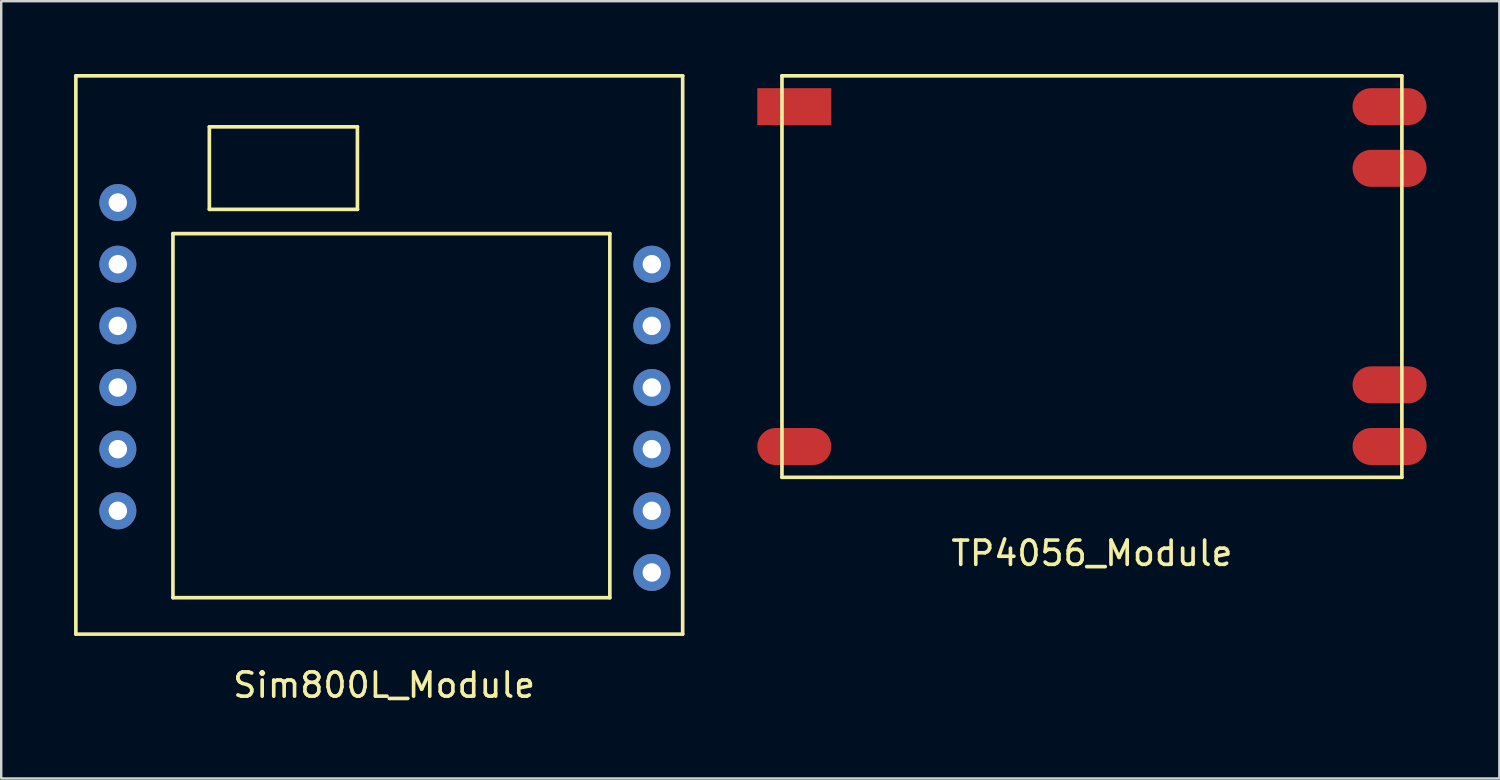
<source format=kicad_pcb>
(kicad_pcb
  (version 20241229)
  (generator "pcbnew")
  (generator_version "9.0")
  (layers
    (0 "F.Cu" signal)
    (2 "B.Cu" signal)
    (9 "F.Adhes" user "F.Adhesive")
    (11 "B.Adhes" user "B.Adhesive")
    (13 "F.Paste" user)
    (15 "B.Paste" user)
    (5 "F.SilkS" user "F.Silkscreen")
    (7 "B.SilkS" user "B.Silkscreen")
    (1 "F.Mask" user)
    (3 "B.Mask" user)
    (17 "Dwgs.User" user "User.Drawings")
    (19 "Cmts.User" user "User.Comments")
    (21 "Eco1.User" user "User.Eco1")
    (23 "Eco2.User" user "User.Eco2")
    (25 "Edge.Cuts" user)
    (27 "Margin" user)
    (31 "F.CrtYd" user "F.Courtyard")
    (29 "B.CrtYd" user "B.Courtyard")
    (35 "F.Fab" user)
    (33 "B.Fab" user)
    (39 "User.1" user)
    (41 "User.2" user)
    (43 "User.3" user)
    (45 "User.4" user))
  (footprint "Sim800L_Module"
    (layer "F.Cu")
    (at 12.575 11.575)
    (property "Reference" "Sim800L_Module" (at 0.2 13.6 0) (layer "F.SilkS") (effects (font (size 1 1) (thickness 0.15))))
    (attr through_hole)
    (fp_line (start -12.5 -11.5) (end -12.5 11.5) (stroke (width 0.15) (type solid)) (layer "F.SilkS"))
    (fp_line (start -12.5 -11.5) (end 12.5 -11.5) (stroke (width 0.15) (type solid)) (layer "F.SilkS"))
    (fp_line (start -12.5 11.5) (end 12.5 11.5) (stroke (width 0.15) (type solid)) (layer "F.SilkS"))
    (fp_line (start -8.5 -5) (end 9.5 -5) (stroke (width 0.15) (type solid)) (layer "F.SilkS"))
    (fp_line (start -8.5 10) (end -8.5 -5) (stroke (width 0.15) (type solid)) (layer "F.SilkS"))
    (fp_line (start -7 -9.4) (end -7 -6) (stroke (width 0.15) (type solid)) (layer "F.SilkS"))
    (fp_line (start -7 -6) (end -0.9 -6) (stroke (width 0.15) (type solid)) (layer "F.SilkS"))
    (fp_line (start -0.9 -9.4) (end -7 -9.4) (stroke (width 0.15) (type solid)) (layer "F.SilkS"))
    (fp_line (start -0.9 -6) (end -0.9 -9.4) (stroke (width 0.15) (type solid)) (layer "F.SilkS"))
    (fp_line (start 9.5 -5) (end 9.5 10) (stroke (width 0.15) (type solid)) (layer "F.SilkS"))
    (fp_line (start 9.5 10) (end -8.5 10) (stroke (width 0.15) (type solid)) (layer "F.SilkS"))
    (fp_line (start 12.5 -11.5) (end 12.5 11.5) (stroke (width 0.15) (type solid)) (layer "F.SilkS"))
    (fp_text user "SIM800L" (at 4.6 -2.4 0) (layer "Eco1.User") (effects (font (size 1 1) (thickness 0.15))))
    (pad "1" thru_hole circle (at -10.77 -6.28) (size 1.524 1.524) (drill 0.762) (layers "*.Cu" "*.Mask"))
    (pad "2" thru_hole circle (at -10.77 -3.74) (size 1.524 1.524) (drill 0.762) (layers "*.Cu" "*.Mask"))
    (pad "3" thru_hole circle (at -10.77 -1.2) (size 1.524 1.524) (drill 0.762) (layers "*.Cu" "*.Mask"))
    (pad "4" thru_hole circle (at -10.77 1.34) (size 1.524 1.524) (drill 0.762) (layers "*.Cu" "*.Mask"))
    (pad "5" thru_hole circle (at -10.77 3.88) (size 1.524 1.524) (drill 0.762) (layers "*.Cu" "*.Mask"))
    (pad "6" thru_hole circle (at -10.77 6.42) (size 1.524 1.524) (drill 0.762) (layers "*.Cu" "*.Mask"))
    (pad "7" thru_hole circle (at 11.23 8.96) (size 1.524 1.524) (drill 0.762) (layers "*.Cu" "*.Mask"))
    (pad "8" thru_hole circle (at 11.23 6.42) (size 1.524 1.524) (drill 0.762) (layers "*.Cu" "*.Mask"))
    (pad "9" thru_hole circle (at 11.23 3.88) (size 1.524 1.524) (drill 0.762) (layers "*.Cu" "*.Mask"))
    (pad "10" thru_hole circle (at 11.23 1.34) (size 1.524 1.524) (drill 0.762) (layers "*.Cu" "*.Mask"))
    (pad "11" thru_hole circle (at 11.23 -1.2) (size 1.524 1.524) (drill 0.762) (layers "*.Cu" "*.Mask"))
    (pad "12" thru_hole circle (at 11.23 -3.74) (size 1.524 1.524) (drill 0.762) (layers "*.Cu" "*.Mask")))
  (footprint "TP4056_Module"
    (layer "F.Cu")
    (at 41.936 8.345)
    (property "Reference" "TP4056_Module" (at 0 11.4 0) (layer "F.SilkS") (effects (font (size 1 1) (thickness 0.15))))
    (attr through_hole)
    (fp_line (start -12.77 -8.27) (end 12.77 -8.27) (stroke (width 0.15) (type solid)) (layer "F.SilkS"))
    (fp_line (start -12.77 8.27) (end -12.77 -8.27) (stroke (width 0.15) (type solid)) (layer "F.SilkS"))
    (fp_line (start 12.77 -8.27) (end 12.77 8.27) (stroke (width 0.15) (type solid)) (layer "F.SilkS"))
    (fp_line (start 12.77 8.27) (end -12.77 8.27) (stroke (width 0.15) (type solid)) (layer "F.SilkS"))
    (pad "1" smd rect (at -11.5 -7) (size 3.048 1.524) (drill (offset -0.762 0)) (layers "F.Cu" "F.Mask" "F.Paste"))
    (pad "2" smd oval (at -11.5 7) (size 3.048 1.524) (drill (offset -0.762 0)) (layers "F.Cu" "F.Mask" "F.Paste"))
    (pad "3" smd oval (at 11.5 7) (size 3.048 1.524) (drill (offset 0.762 0)) (layers "F.Cu" "F.Mask" "F.Paste"))
    (pad "4" smd oval (at 11.5 4.46) (size 3.048 1.524) (drill (offset 0.762 0)) (layers "F.Cu" "F.Mask" "F.Paste"))
    (pad "5" smd oval (at 11.5 -4.46) (size 3.048 1.524) (drill (offset 0.762 0)) (layers "F.Cu" "F.Mask" "F.Paste"))
    (pad "6" smd oval (at 11.5 -7) (size 3.048 1.524) (drill (offset 0.762 0)) (layers "F.Cu" "F.Mask" "F.Paste")))
  (gr_rect
    (start -3 -3)
    (end 58.722 29.023)
    (stroke (width 0.1) (type default))
    (fill no)
    (layer "Edge.Cuts")))
</source>
